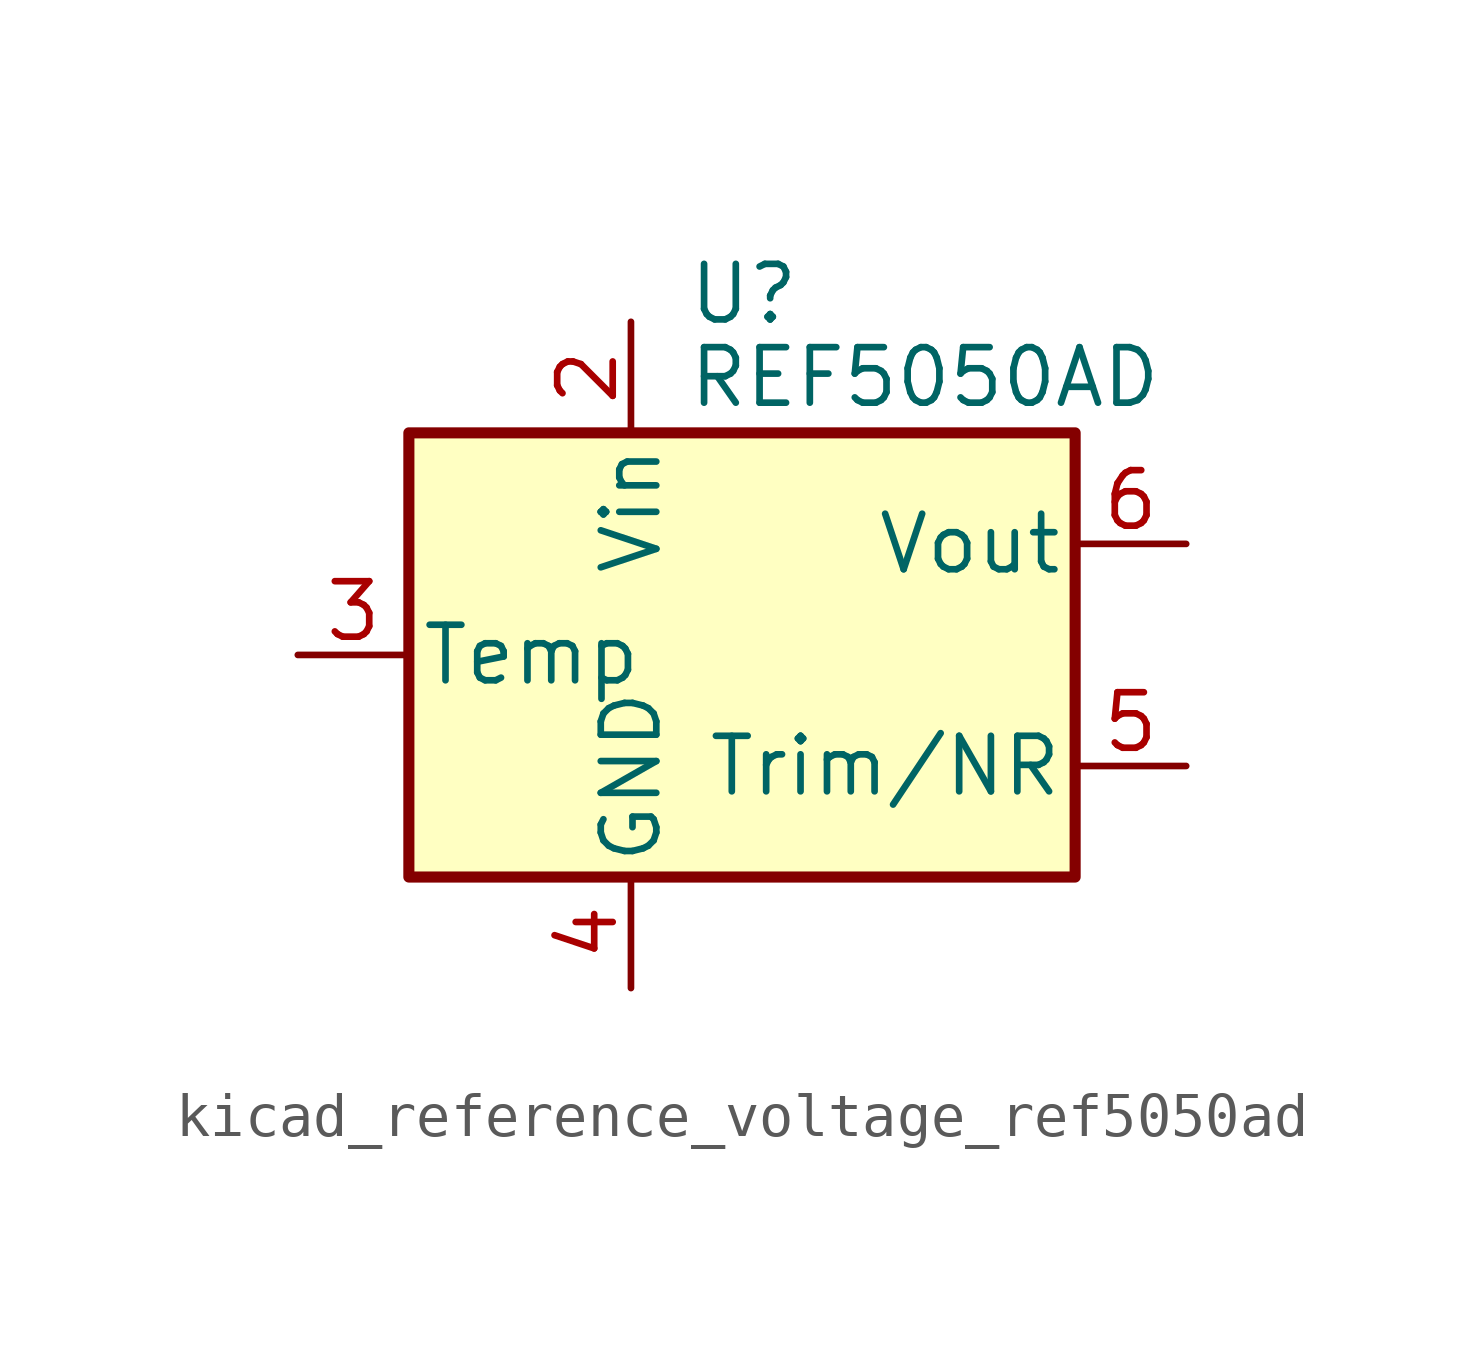
<source format=kicad_sym>
(kicad_symbol_lib
  (version 20220914)
  (generator kicad_symbol_editor)
  (symbol "kicad_reference_voltage_ref5050ad"
    (pin_names
      (offset 0.254))
    (property "Reference" "U"
      (at -1.27 8.255 0)
      (effects (font (size 1.27 1.27)) (justify left)))
    (property "Value" "REF5050AD"
      (at -1.27 6.35 0)
      (effects (font (size 1.27 1.27)) (justify left)))
    (symbol "kicad_reference_voltage_ref5050ad_0_1"
      (rectangle (start -7.62 5.08) (end 7.62 -5.08) (stroke (width 0.254) (type default)) (fill (type background))))
    (symbol "kicad_reference_voltage_ref5050ad_1_1"
      (pin no_connect line (at -7.62 2.54 0) (length 2.54) hide (name "DNC" (effects (font (size 1.27 1.27)))) (number "1" (effects (font (size 1.27 1.27)))))
      (pin power_in line (at -2.54 7.62 270) (length 2.54) (name "Vin" (effects (font (size 1.27 1.27)))) (number "2" (effects (font (size 1.27 1.27)))))
      (pin passive line (at -10.16 0 0) (length 2.54) (name "Temp" (effects (font (size 1.27 1.27)))) (number "3" (effects (font (size 1.27 1.27)))))
      (pin power_in line (at -2.54 -7.62 90) (length 2.54) (name "GND" (effects (font (size 1.27 1.27)))) (number "4" (effects (font (size 1.27 1.27)))))
      (pin passive line (at 10.16 -2.54 180) (length 2.54) (name "Trim/NR" (effects (font (size 1.27 1.27)))) (number "5" (effects (font (size 1.27 1.27)))))
      (pin power_out line (at 10.16 2.54 180) (length 2.54) (name "Vout" (effects (font (size 1.27 1.27)))) (number "6" (effects (font (size 1.27 1.27)))))
      (pin no_connect line (at -5.08 -5.08 90) (length 2.54) hide (name "NC" (effects (font (size 1.27 1.27)))) (number "7" (effects (font (size 1.27 1.27)))))
      (pin no_connect line (at 7.62 0 180) (length 2.54) hide (name "DNC" (effects (font (size 1.27 1.27)))) (number "8" (effects (font (size 1.27 1.27))))))))
</source>
